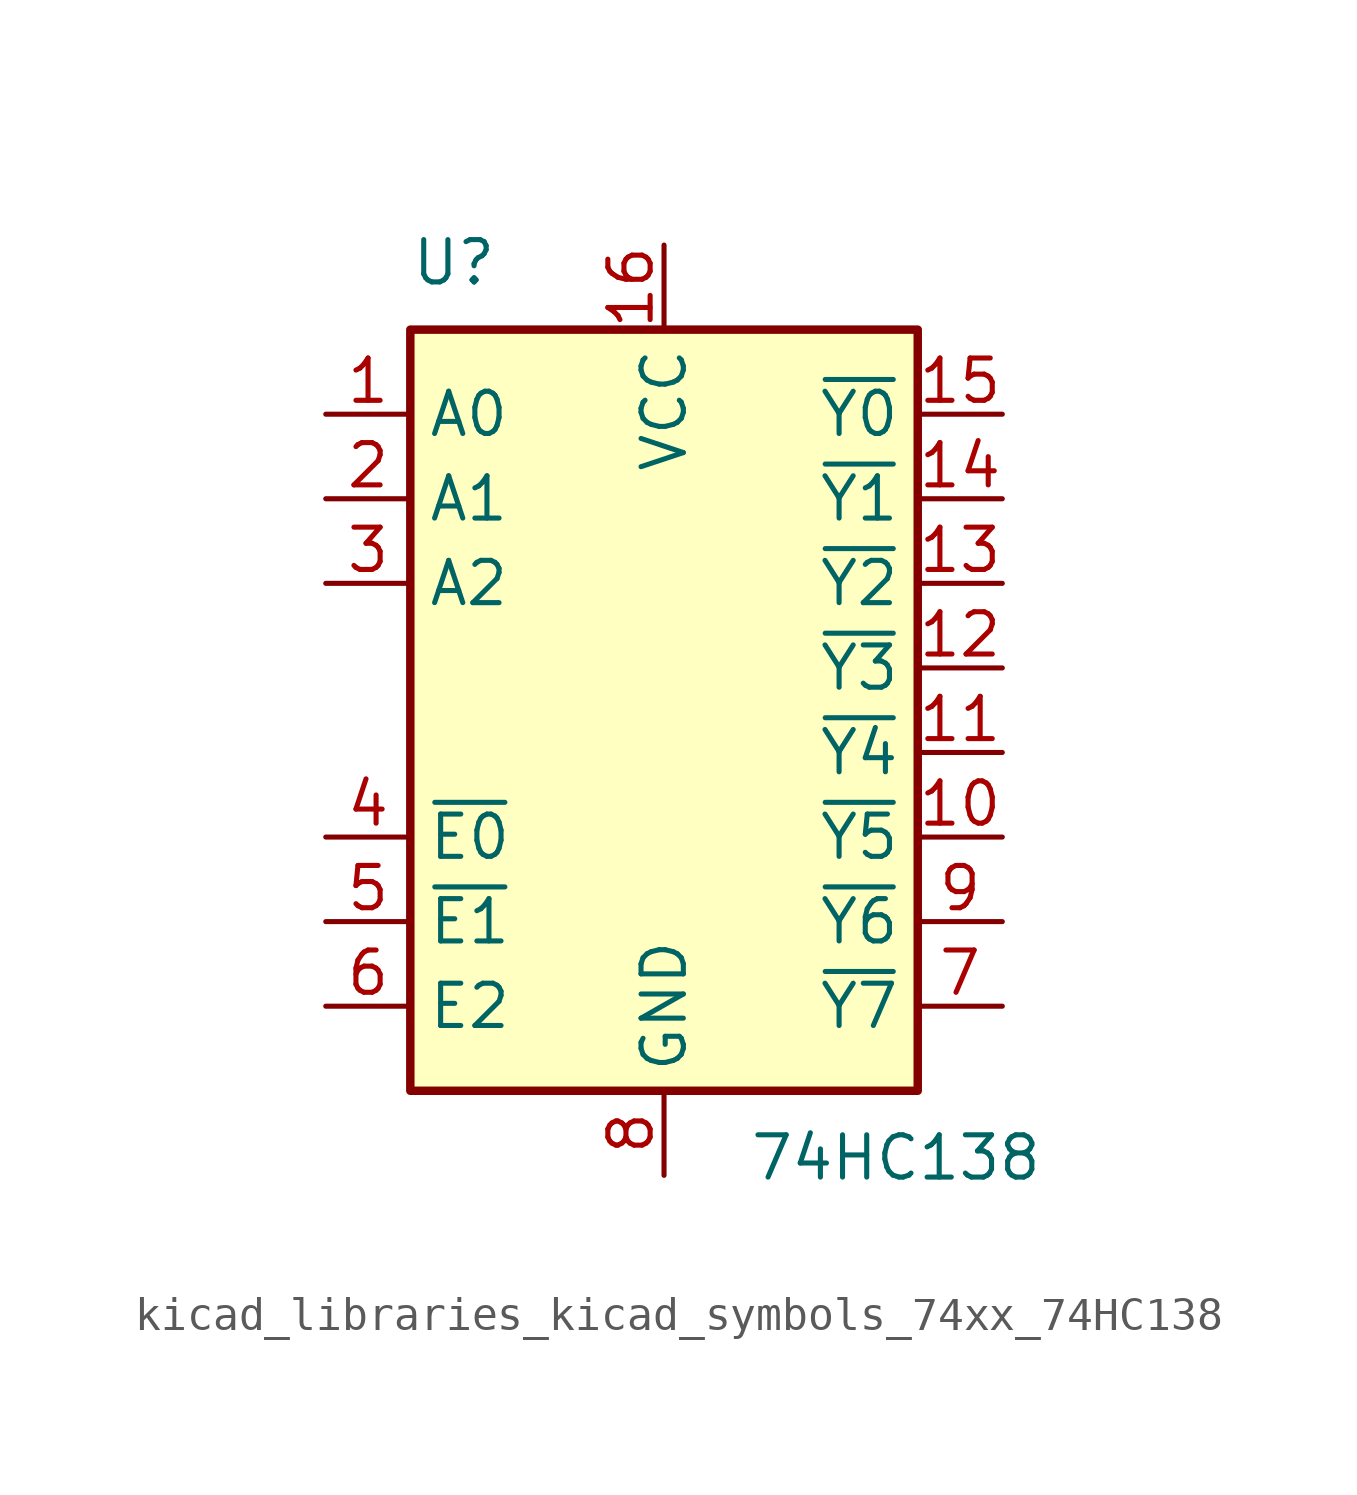
<source format=kicad_sym>
(kicad_symbol_lib
  (version 20220914)
  (generator kicad_symbol_editor)
  (symbol "kicad_libraries_kicad_symbols_74xx_74HC138"
    (property "Reference" "U"
      (at -7.62 13.97 0)
      (effects (font (size 1.27 1.27)) (justify left bottom)))
    (property "Value" "74HC138"
      (at 2.54 -11.43 0)
      (effects (font (size 1.27 1.27)) (justify left top)))
    (symbol "kicad_libraries_kicad_symbols_74xx_74HC138_0_1"
      (rectangle (start -7.62 12.7) (end 7.62 -10.16) (stroke (width 0.254) (type default)) (fill (type background))))
    (symbol "kicad_libraries_kicad_symbols_74xx_74HC138_1_1"
      (pin input line (at -10.16 10.16 0) (length 2.54) (name "A0" (effects (font (size 1.27 1.27)))) (number "1" (effects (font (size 1.27 1.27)))))
      (pin output line (at 10.16 -2.54 180) (length 2.54) (name "~{Y5}" (effects (font (size 1.27 1.27)))) (number "10" (effects (font (size 1.27 1.27)))))
      (pin output line (at 10.16 0 180) (length 2.54) (name "~{Y4}" (effects (font (size 1.27 1.27)))) (number "11" (effects (font (size 1.27 1.27)))))
      (pin output line (at 10.16 2.54 180) (length 2.54) (name "~{Y3}" (effects (font (size 1.27 1.27)))) (number "12" (effects (font (size 1.27 1.27)))))
      (pin output line (at 10.16 5.08 180) (length 2.54) (name "~{Y2}" (effects (font (size 1.27 1.27)))) (number "13" (effects (font (size 1.27 1.27)))))
      (pin output line (at 10.16 7.62 180) (length 2.54) (name "~{Y1}" (effects (font (size 1.27 1.27)))) (number "14" (effects (font (size 1.27 1.27)))))
      (pin output line (at 10.16 10.16 180) (length 2.54) (name "~{Y0}" (effects (font (size 1.27 1.27)))) (number "15" (effects (font (size 1.27 1.27)))))
      (pin power_in line (at 0 15.24 270) (length 2.54) (name "VCC" (effects (font (size 1.27 1.27)))) (number "16" (effects (font (size 1.27 1.27)))))
      (pin input line (at -10.16 7.62 0) (length 2.54) (name "A1" (effects (font (size 1.27 1.27)))) (number "2" (effects (font (size 1.27 1.27)))))
      (pin input line (at -10.16 5.08 0) (length 2.54) (name "A2" (effects (font (size 1.27 1.27)))) (number "3" (effects (font (size 1.27 1.27)))))
      (pin input line (at -10.16 -2.54 0) (length 2.54) (name "~{E0}" (effects (font (size 1.27 1.27)))) (number "4" (effects (font (size 1.27 1.27)))))
      (pin input line (at -10.16 -5.08 0) (length 2.54) (name "~{E1}" (effects (font (size 1.27 1.27)))) (number "5" (effects (font (size 1.27 1.27)))))
      (pin input line (at -10.16 -7.62 0) (length 2.54) (name "E2" (effects (font (size 1.27 1.27)))) (number "6" (effects (font (size 1.27 1.27)))))
      (pin output line (at 10.16 -7.62 180) (length 2.54) (name "~{Y7}" (effects (font (size 1.27 1.27)))) (number "7" (effects (font (size 1.27 1.27)))))
      (pin power_in line (at 0 -12.7 90) (length 2.54) (name "GND" (effects (font (size 1.27 1.27)))) (number "8" (effects (font (size 1.27 1.27)))))
      (pin output line (at 10.16 -5.08 180) (length 2.54) (name "~{Y6}" (effects (font (size 1.27 1.27)))) (number "9" (effects (font (size 1.27 1.27))))))))
</source>
